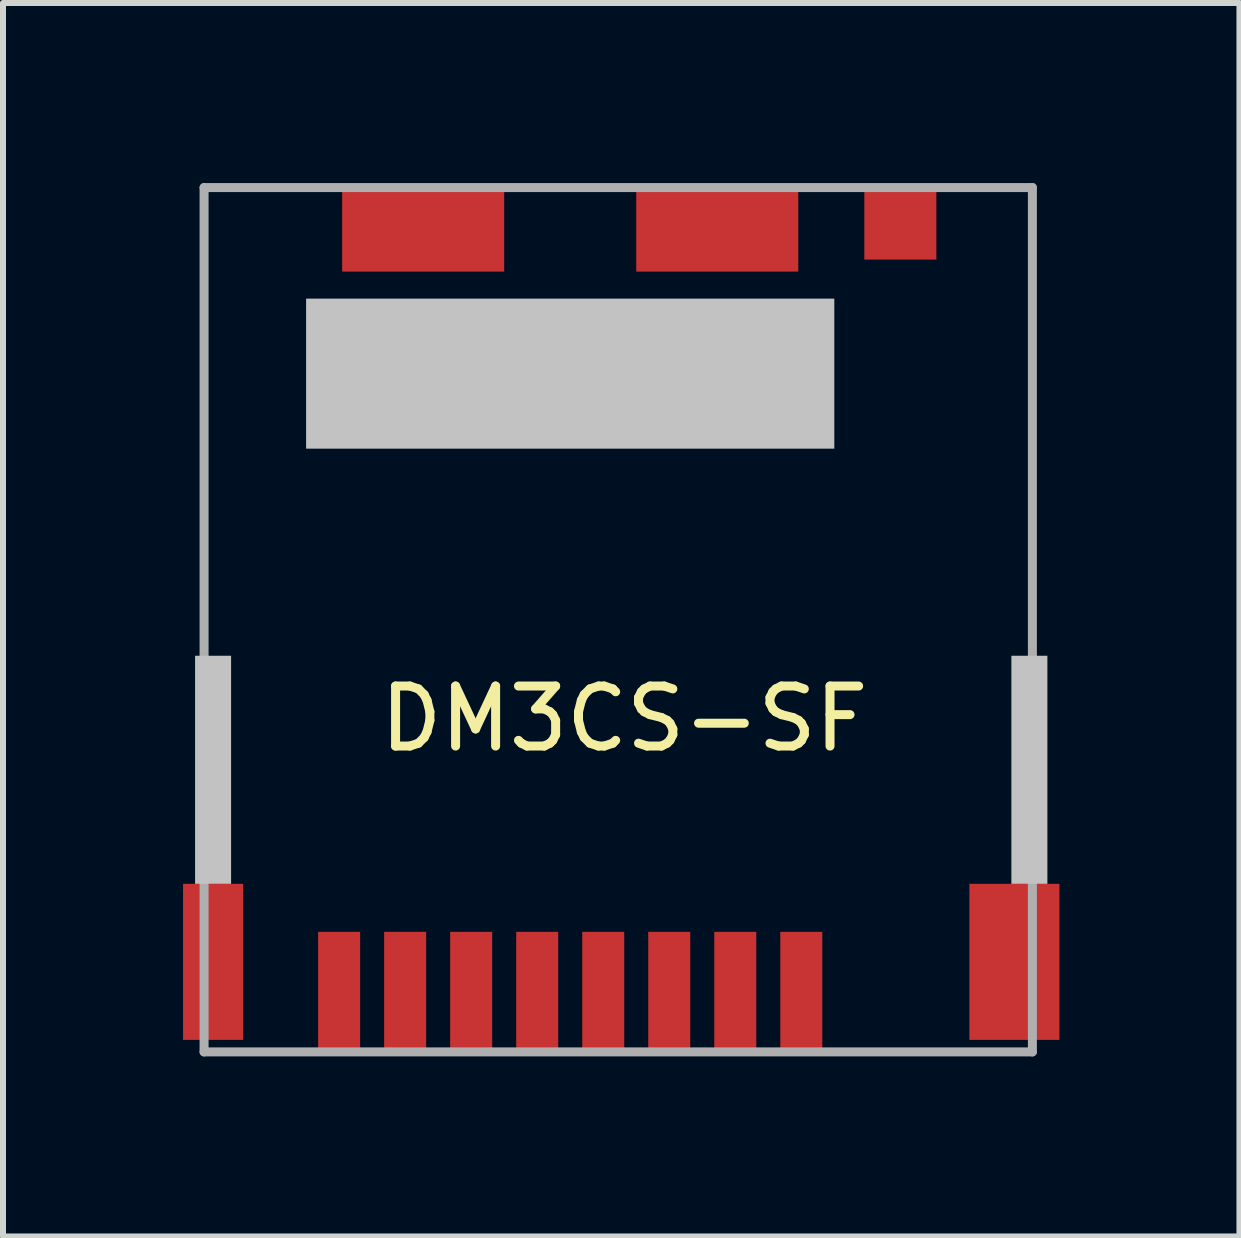
<source format=kicad_pcb>
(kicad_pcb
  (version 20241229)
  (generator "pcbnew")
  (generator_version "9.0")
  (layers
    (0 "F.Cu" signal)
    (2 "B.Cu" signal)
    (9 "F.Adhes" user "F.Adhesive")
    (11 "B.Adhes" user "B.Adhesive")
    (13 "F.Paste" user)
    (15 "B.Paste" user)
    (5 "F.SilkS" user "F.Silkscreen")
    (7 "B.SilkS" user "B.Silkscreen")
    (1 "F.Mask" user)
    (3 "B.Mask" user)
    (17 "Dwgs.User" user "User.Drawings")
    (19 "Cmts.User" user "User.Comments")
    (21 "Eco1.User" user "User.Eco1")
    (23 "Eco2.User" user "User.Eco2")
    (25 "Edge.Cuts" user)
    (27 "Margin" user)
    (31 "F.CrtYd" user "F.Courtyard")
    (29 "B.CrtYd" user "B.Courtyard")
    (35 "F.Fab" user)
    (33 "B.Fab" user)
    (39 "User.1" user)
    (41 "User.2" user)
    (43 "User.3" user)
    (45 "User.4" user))
  (footprint "DM3CS-SF"
    (layer "F.Cu")
    (at 7.25 7.275)
    (property "Reference" "DM3CS-SF" (at 0.1 1.65 0) (layer "F.SilkS") (effects (font (size 1 1) (thickness 0.15))))
    (attr through_hole)
    (fp_line (start -6.9 -7.2) (end -6.9 7.2) (stroke (width 0.15) (type solid)) (layer "F.Fab"))
    (fp_line (start -6.9 -7.2) (end 6.9 -7.2) (stroke (width 0.15) (type solid)) (layer "F.Fab"))
    (fp_line (start -6.9 7.2) (end 6.9 7.2) (stroke (width 0.15) (type solid)) (layer "F.Fab"))
    (fp_line (start 6.9 -7.2) (end 6.9 7.2) (stroke (width 0.15) (type solid)) (layer "F.Fab"))
    (pad "" smd rect (at -6.75 2.5) (size 0.6 3.8) (layers "Dwgs.User"))
    (pad "" smd rect (at -0.8 -4.1) (size 8.8 2.5) (layers "Dwgs.User"))
    (pad "" smd rect (at 6.85 2.5) (size 0.6 3.8) (layers "Dwgs.User"))
    (pad "1" smd rect (at 3.05 6.2) (size 0.7 2) (layers "F.Cu" "F.Mask" "F.Paste"))
    (pad "2" smd rect (at 1.95 6.2) (size 0.7 2) (layers "F.Cu" "F.Mask" "F.Paste"))
    (pad "3" smd rect (at 0.85 6.2) (size 0.7 2) (layers "F.Cu" "F.Mask" "F.Paste"))
    (pad "4" smd rect (at -0.25 6.2) (size 0.7 2) (layers "F.Cu" "F.Mask" "F.Paste"))
    (pad "5" smd rect (at -1.35 6.2) (size 0.7 2) (layers "F.Cu" "F.Mask" "F.Paste"))
    (pad "6" smd rect (at -2.45 6.2) (size 0.7 2) (layers "F.Cu" "F.Mask" "F.Paste"))
    (pad "7" smd rect (at -3.55 6.2) (size 0.7 2) (layers "F.Cu" "F.Mask" "F.Paste"))
    (pad "8" smd rect (at -4.65 6.2) (size 0.7 2) (layers "F.Cu" "F.Mask" "F.Paste"))
    (pad "9" smd rect (at 4.7 -6.6) (size 1.2 1.2) (layers "F.Cu" "F.Mask" "F.Paste"))
    (pad "10" smd rect (at 6.6 5.7) (size 1.5 2.6) (layers "F.Cu" "F.Mask" "F.Paste"))
    (pad "11" smd rect (at -6.75 5.7) (size 1 2.6) (layers "F.Cu" "F.Mask" "F.Paste"))
    (pad "12" smd rect (at -3.25 -6.5) (size 2.7 1.4) (layers "F.Cu" "F.Mask" "F.Paste"))
    (pad "13" smd rect (at 1.65 -6.5) (size 2.7 1.4) (layers "F.Cu" "F.Mask" "F.Paste")))
  (gr_rect
    (start -3 -3)
    (end 17.6 17.55)
    (stroke (width 0.1) (type default))
    (fill no)
    (layer "Edge.Cuts")))
</source>
